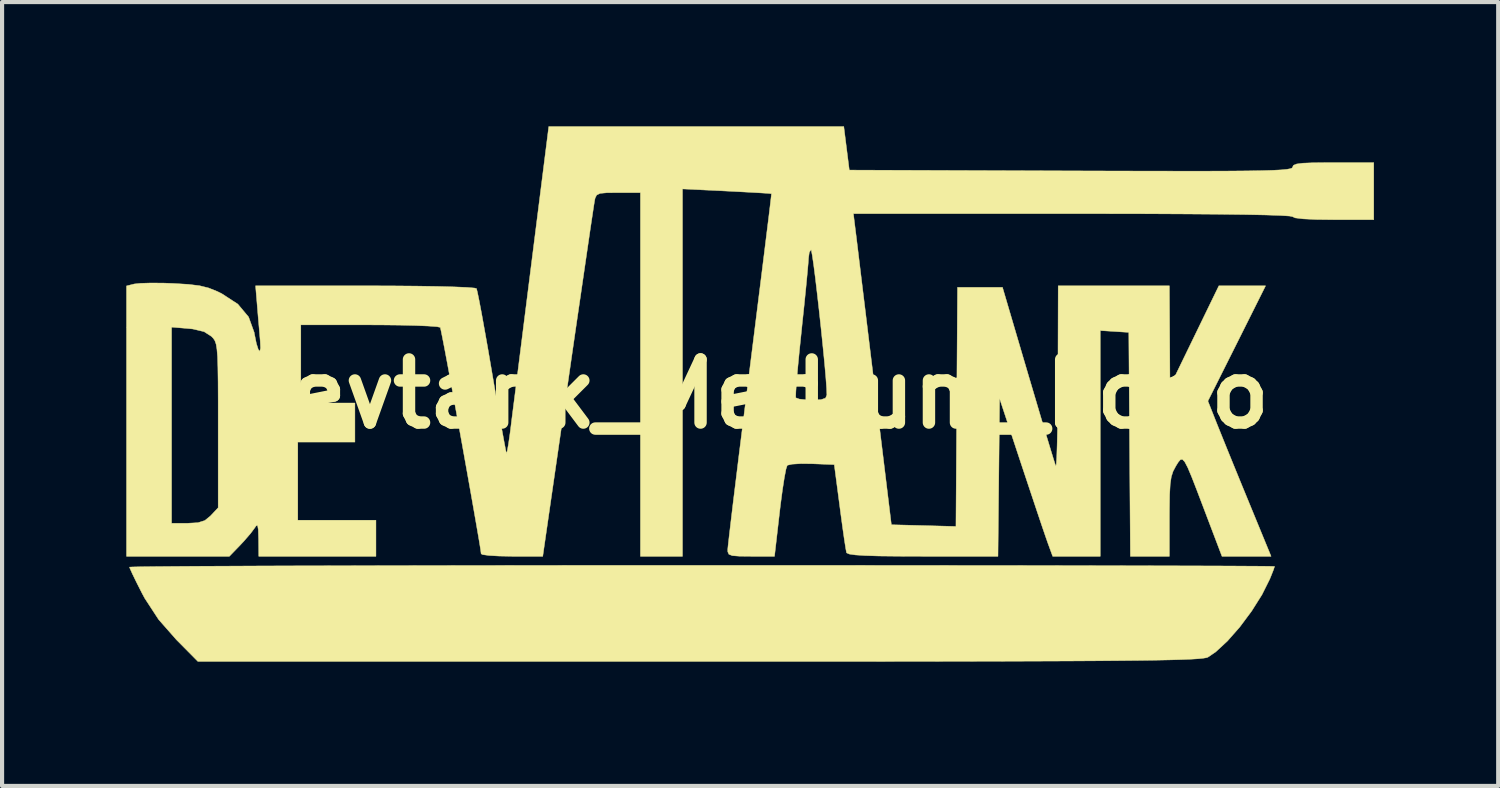
<source format=kicad_pcb>
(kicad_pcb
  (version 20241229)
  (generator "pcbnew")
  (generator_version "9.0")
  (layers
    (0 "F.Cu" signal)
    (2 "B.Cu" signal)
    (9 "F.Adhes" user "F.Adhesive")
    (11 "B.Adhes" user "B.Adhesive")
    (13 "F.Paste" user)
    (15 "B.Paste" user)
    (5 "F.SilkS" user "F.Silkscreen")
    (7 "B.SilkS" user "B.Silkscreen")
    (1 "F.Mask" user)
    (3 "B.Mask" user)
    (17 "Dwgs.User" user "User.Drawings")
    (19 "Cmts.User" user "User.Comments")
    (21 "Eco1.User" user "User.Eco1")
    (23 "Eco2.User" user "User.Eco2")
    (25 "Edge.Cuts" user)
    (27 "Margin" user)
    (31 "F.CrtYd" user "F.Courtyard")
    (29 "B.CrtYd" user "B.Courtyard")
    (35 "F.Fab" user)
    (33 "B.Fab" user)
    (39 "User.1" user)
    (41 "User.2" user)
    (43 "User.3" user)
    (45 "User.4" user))
  (footprint "Devtank_Medium_Logo"
    (layer "F.Cu")
    (at 15.027 6.464)
    (property "Reference" "Devtank_Medium_Logo" (at 0 0 0) (layer "F.SilkS") (effects (font (size 1.524 1.524) (thickness 0.3))))
    (attr through_hole)
    (fp_poly (pts (xy 0.28 4.137) (xy 1.646 4.137) (xy 2.966 4.138) (xy 4.232 4.139) (xy 5.437 4.14) (xy 6.576 4.141) (xy 7.639 4.143) (xy 8.622 4.145) (xy 9.515 4.147) (xy 10.313 4.149) (xy 11.009 4.151) (xy 11.595 4.153) (xy 12.064 4.156) (xy 12.409 4.158) (xy 12.623 4.161) (xy 12.7 4.164) (xy 12.7 4.164) (xy 12.675 4.242) (xy 12.611 4.403) (xy 12.584 4.469) (xy 12.396 4.846) (xy 12.146 5.242) (xy 11.86 5.626) (xy 11.563 5.964) (xy 11.28 6.226) (xy 11.089 6.356) (xy 11.047 6.369) (xy 10.971 6.381) (xy 10.854 6.393) (xy 10.691 6.403) (xy 10.475 6.412) (xy 10.199 6.42) (xy 9.858 6.427) (xy 9.445 6.433) (xy 8.954 6.438) (xy 8.379 6.443) (xy 7.713 6.447) (xy 6.951 6.45) (xy 6.085 6.453) (xy 5.111 6.455) (xy 4.021 6.457) (xy 2.809 6.458) (xy 1.469 6.458) (xy -0.005 6.459) (xy -1.202 6.459) (xy -13.297 6.459) (xy -13.818 5.933) (xy -14.248 5.444) (xy -14.581 4.934) (xy -14.645 4.815) (xy -14.779 4.551) (xy -14.883 4.337) (xy -14.942 4.205) (xy -14.95 4.18) (xy -14.878 4.176) (xy -14.669 4.171) (xy -14.328 4.167) (xy -13.864 4.163) (xy -13.282 4.159) (xy -12.591 4.156) (xy -11.796 4.152) (xy -10.906 4.149) (xy -9.927 4.147) (xy -8.866 4.144) (xy -7.73 4.142) (xy -6.527 4.14) (xy -5.263 4.139) (xy -3.945 4.137) (xy -2.581 4.137) (xy -1.177 4.137) (xy -1.125 4.137) (xy 0.28 4.137)) (stroke (width 0.01) (type solid)) (fill yes) (layer "F.SilkS"))
    (fp_poly (pts (xy 2.431 -5.407) (xy 7.783 -5.388) (xy 8.801 -5.385) (xy 9.684 -5.383) (xy 10.44 -5.382) (xy 11.079 -5.382) (xy 11.611 -5.384) (xy 12.045 -5.388) (xy 12.39 -5.394) (xy 12.657 -5.402) (xy 12.854 -5.412) (xy 12.991 -5.425) (xy 13.077 -5.44) (xy 13.122 -5.457) (xy 13.135 -5.478) (xy 13.135 -5.479) (xy 13.156 -5.523) (xy 13.231 -5.554) (xy 13.382 -5.574) (xy 13.631 -5.584) (xy 13.998 -5.588) (xy 14.115 -5.588) (xy 15.095 -5.588) (xy 15.095 -4.209) (xy 14.115 -4.209) (xy 13.701 -4.214) (xy 13.391 -4.229) (xy 13.197 -4.253) (xy 13.135 -4.282) (xy 13.063 -4.297) (xy 12.847 -4.311) (xy 12.488 -4.323) (xy 11.989 -4.333) (xy 11.349 -4.341) (xy 10.571 -4.347) (xy 9.656 -4.352) (xy 8.605 -4.354) (xy 7.832 -4.354) (xy 2.53 -4.354) (xy 2.577 -3.973) (xy 2.596 -3.824) (xy 2.63 -3.547) (xy 2.677 -3.158) (xy 2.736 -2.674) (xy 2.805 -2.111) (xy 2.881 -1.486) (xy 2.963 -0.814) (xy 3.036 -0.218) (xy 3.447 3.157) (xy 4.226 3.177) (xy 5.006 3.198) (xy 5.044 -2.576) (xy 6.13 -2.576) (xy 6.75 -0.472) (xy 6.908 0.06) (xy 7.053 0.55) (xy 7.182 0.979) (xy 7.288 1.33) (xy 7.366 1.584) (xy 7.411 1.723) (xy 7.417 1.742) (xy 7.429 1.7) (xy 7.44 1.529) (xy 7.449 1.246) (xy 7.458 0.866) (xy 7.464 0.408) (xy 7.468 -0.114) (xy 7.469 -0.381) (xy 7.475 -2.613) (xy 10.16 -2.613) (xy 10.174 -0.181) (xy 11.355 -2.613) (xy 12.483 -2.613) (xy 11.787 -1.221) (xy 11.09 0.17) (xy 11.308 0.72) (xy 11.407 0.966) (xy 11.547 1.313) (xy 11.716 1.728) (xy 11.9 2.178) (xy 12.071 2.594) (xy 12.616 3.919) (xy 11.43 3.919) (xy 11.009 2.811) (xy 10.833 2.348) (xy 10.701 2.008) (xy 10.603 1.775) (xy 10.53 1.636) (xy 10.474 1.578) (xy 10.425 1.586) (xy 10.374 1.647) (xy 10.312 1.747) (xy 10.312 1.748) (xy 10.249 1.867) (xy 10.206 2) (xy 10.18 2.178) (xy 10.166 2.43) (xy 10.161 2.786) (xy 10.16 2.957) (xy 10.16 3.919) (xy 9.218 3.919) (xy 9.199 1.216) (xy 9.18 -1.488) (xy 8.836 -1.51) (xy 8.491 -1.532) (xy 8.491 3.919) (xy 7.342 3.919) (xy 7.229 3.61) (xy 7.174 3.453) (xy 7.081 3.181) (xy 6.96 2.821) (xy 6.818 2.396) (xy 6.663 1.931) (xy 6.588 1.705) (xy 6.06 0.109) (xy 6.021 3.919) (xy 4.206 3.919) (xy 3.613 3.917) (xy 3.153 3.912) (xy 2.811 3.901) (xy 2.576 3.886) (xy 2.432 3.865) (xy 2.368 3.837) (xy 2.363 3.828) (xy 2.344 3.726) (xy 2.31 3.509) (xy 2.267 3.206) (xy 2.218 2.845) (xy 2.202 2.721) (xy 2.068 1.705) (xy 1.531 1.684) (xy 1.262 1.681) (xy 1.05 1.694) (xy 0.937 1.72) (xy 0.932 1.724) (xy 0.902 1.815) (xy 0.862 2.023) (xy 0.816 2.321) (xy 0.768 2.682) (xy 0.748 2.852) (xy 0.625 3.919) (xy 0.059 3.919) (xy -0.225 3.916) (xy -0.394 3.903) (xy -0.477 3.87) (xy -0.503 3.81) (xy -0.505 3.756) (xy -0.495 3.655) (xy -0.469 3.424) (xy -0.428 3.076) (xy -0.374 2.623) (xy -0.307 2.08) (xy -0.231 1.459) (xy -0.145 0.773) (xy -0.058 0.074) (xy 1.136 0.074) (xy 1.139 0.091) (xy 1.223 0.122) (xy 1.404 0.142) (xy 1.528 0.145) (xy 1.748 0.136) (xy 1.857 0.099) (xy 1.889 0.024) (xy 1.889 0.018) (xy 1.883 -0.139) (xy 1.864 -0.399) (xy 1.834 -0.739) (xy 1.795 -1.135) (xy 1.751 -1.564) (xy 1.704 -2) (xy 1.656 -2.421) (xy 1.611 -2.803) (xy 1.57 -3.121) (xy 1.536 -3.352) (xy 1.513 -3.472) (xy 1.507 -3.483) (xy 1.465 -3.421) (xy 1.447 -3.284) (xy 1.438 -3.154) (xy 1.416 -2.904) (xy 1.383 -2.559) (xy 1.341 -2.143) (xy 1.292 -1.681) (xy 1.276 -1.524) (xy 1.228 -1.063) (xy 1.188 -0.651) (xy 1.158 -0.31) (xy 1.141 -0.061) (xy 1.136 0.074) (xy -0.058 0.074) (xy -0.053 0.036) (xy 0.029 -0.617) (xy 0.125 -1.381) (xy 0.215 -2.101) (xy 0.298 -2.763) (xy 0.372 -3.357) (xy 0.435 -3.867) (xy 0.487 -4.284) (xy 0.524 -4.592) (xy 0.546 -4.78) (xy 0.552 -4.836) (xy 0.481 -4.844) (xy 0.29 -4.856) (xy 0.006 -4.872) (xy -0.347 -4.891) (xy -0.526 -4.9) (xy -1.597 -4.952) (xy -1.597 3.919) (xy -2.613 3.919) (xy -2.613 -4.862) (xy -3.148 -4.862) (xy -3.422 -4.86) (xy -3.585 -4.845) (xy -3.668 -4.806) (xy -3.706 -4.732) (xy -3.72 -4.663) (xy -3.737 -4.556) (xy -3.773 -4.319) (xy -3.826 -3.965) (xy -3.893 -3.507) (xy -3.973 -2.96) (xy -4.064 -2.336) (xy -4.165 -1.648) (xy -4.272 -0.911) (xy -4.364 -0.272) (xy -4.971 3.919) (xy -5.715 3.919) (xy -6.024 3.913) (xy -6.27 3.899) (xy -6.423 3.878) (xy -6.459 3.859) (xy -6.471 3.765) (xy -6.506 3.549) (xy -6.561 3.23) (xy -6.631 2.828) (xy -6.713 2.362) (xy -6.804 1.851) (xy -6.9 1.315) (xy -6.998 0.771) (xy -7.095 0.241) (xy -7.186 -0.259) (xy -7.269 -0.707) (xy -7.34 -1.085) (xy -7.396 -1.374) (xy -7.433 -1.555) (xy -7.446 -1.609) (xy -7.526 -1.626) (xy -7.731 -1.641) (xy -8.038 -1.654) (xy -8.429 -1.663) (xy -8.88 -1.668) (xy -9.148 -1.669) (xy -10.813 -1.669) (xy -10.813 0.218) (xy -9.507 0.218) (xy -9.507 1.161) (xy -10.886 1.161) (xy -10.886 3.048) (xy -8.999 3.048) (xy -8.999 3.919) (xy -11.829 3.919) (xy -11.833 3.502) (xy -11.84 3.275) (xy -11.857 3.175) (xy -11.891 3.181) (xy -11.924 3.229) (xy -12.025 3.365) (xy -12.183 3.548) (xy -12.274 3.646) (xy -12.538 3.919) (xy -15.022 3.919) (xy -15.022 3.121) (xy -13.934 3.121) (xy -13.547 3.121) (xy -13.296 3.107) (xy -13.132 3.055) (xy -12.996 2.945) (xy -12.985 2.933) (xy -12.809 2.746) (xy -12.809 0.758) (xy -12.809 0.169) (xy -12.811 -0.292) (xy -12.816 -0.642) (xy -12.824 -0.9) (xy -12.839 -1.081) (xy -12.859 -1.204) (xy -12.888 -1.286) (xy -12.926 -1.344) (xy -12.968 -1.389) (xy -13.148 -1.505) (xy -13.42 -1.57) (xy -13.53 -1.581) (xy -13.934 -1.615) (xy -13.934 3.121) (xy -15.022 3.121) (xy -15.022 -2.61) (xy -14.835 -2.657) (xy -14.685 -2.673) (xy -14.43 -2.681) (xy -14.113 -2.678) (xy -13.898 -2.67) (xy -13.529 -2.648) (xy -13.258 -2.615) (xy -13.04 -2.561) (xy -12.829 -2.476) (xy -12.725 -2.425) (xy -12.334 -2.171) (xy -12.074 -1.86) (xy -11.939 -1.487) (xy -11.935 -1.461) (xy -11.886 -1.219) (xy -11.839 -1.072) (xy -11.803 -1.031) (xy -11.786 -1.109) (xy -11.793 -1.27) (xy -11.816 -1.545) (xy -11.845 -1.879) (xy -11.865 -2.123) (xy -11.906 -2.613) (xy -9.259 -2.613) (xy -8.608 -2.611) (xy -8.023 -2.606) (xy -7.519 -2.598) (xy -7.108 -2.587) (xy -6.804 -2.574) (xy -6.621 -2.559) (xy -6.571 -2.546) (xy -6.549 -2.459) (xy -6.506 -2.249) (xy -6.446 -1.933) (xy -6.374 -1.533) (xy -6.291 -1.066) (xy -6.203 -0.552) (xy -6.2 -0.533) (xy -6.112 -0.021) (xy -6.032 0.442) (xy -5.962 0.838) (xy -5.905 1.148) (xy -5.866 1.352) (xy -5.848 1.433) (xy -5.847 1.434) (xy -5.829 1.378) (xy -5.799 1.209) (xy -5.763 0.96) (xy -5.749 0.855) (xy -5.725 0.658) (xy -5.684 0.335) (xy -5.629 -0.096) (xy -5.563 -0.619) (xy -5.488 -1.214) (xy -5.406 -1.866) (xy -5.319 -2.555) (xy -5.25 -3.102) (xy -4.826 -6.459) (xy 2.298 -6.459) (xy 2.431 -5.407)) (stroke (width 0.01) (type solid)) (fill yes) (layer "F.SilkS")))
  (gr_rect
    (start -3 -3)
    (end 33.127 15.928)
    (stroke (width 0.1) (type default))
    (fill no)
    (layer "Edge.Cuts")))
</source>
